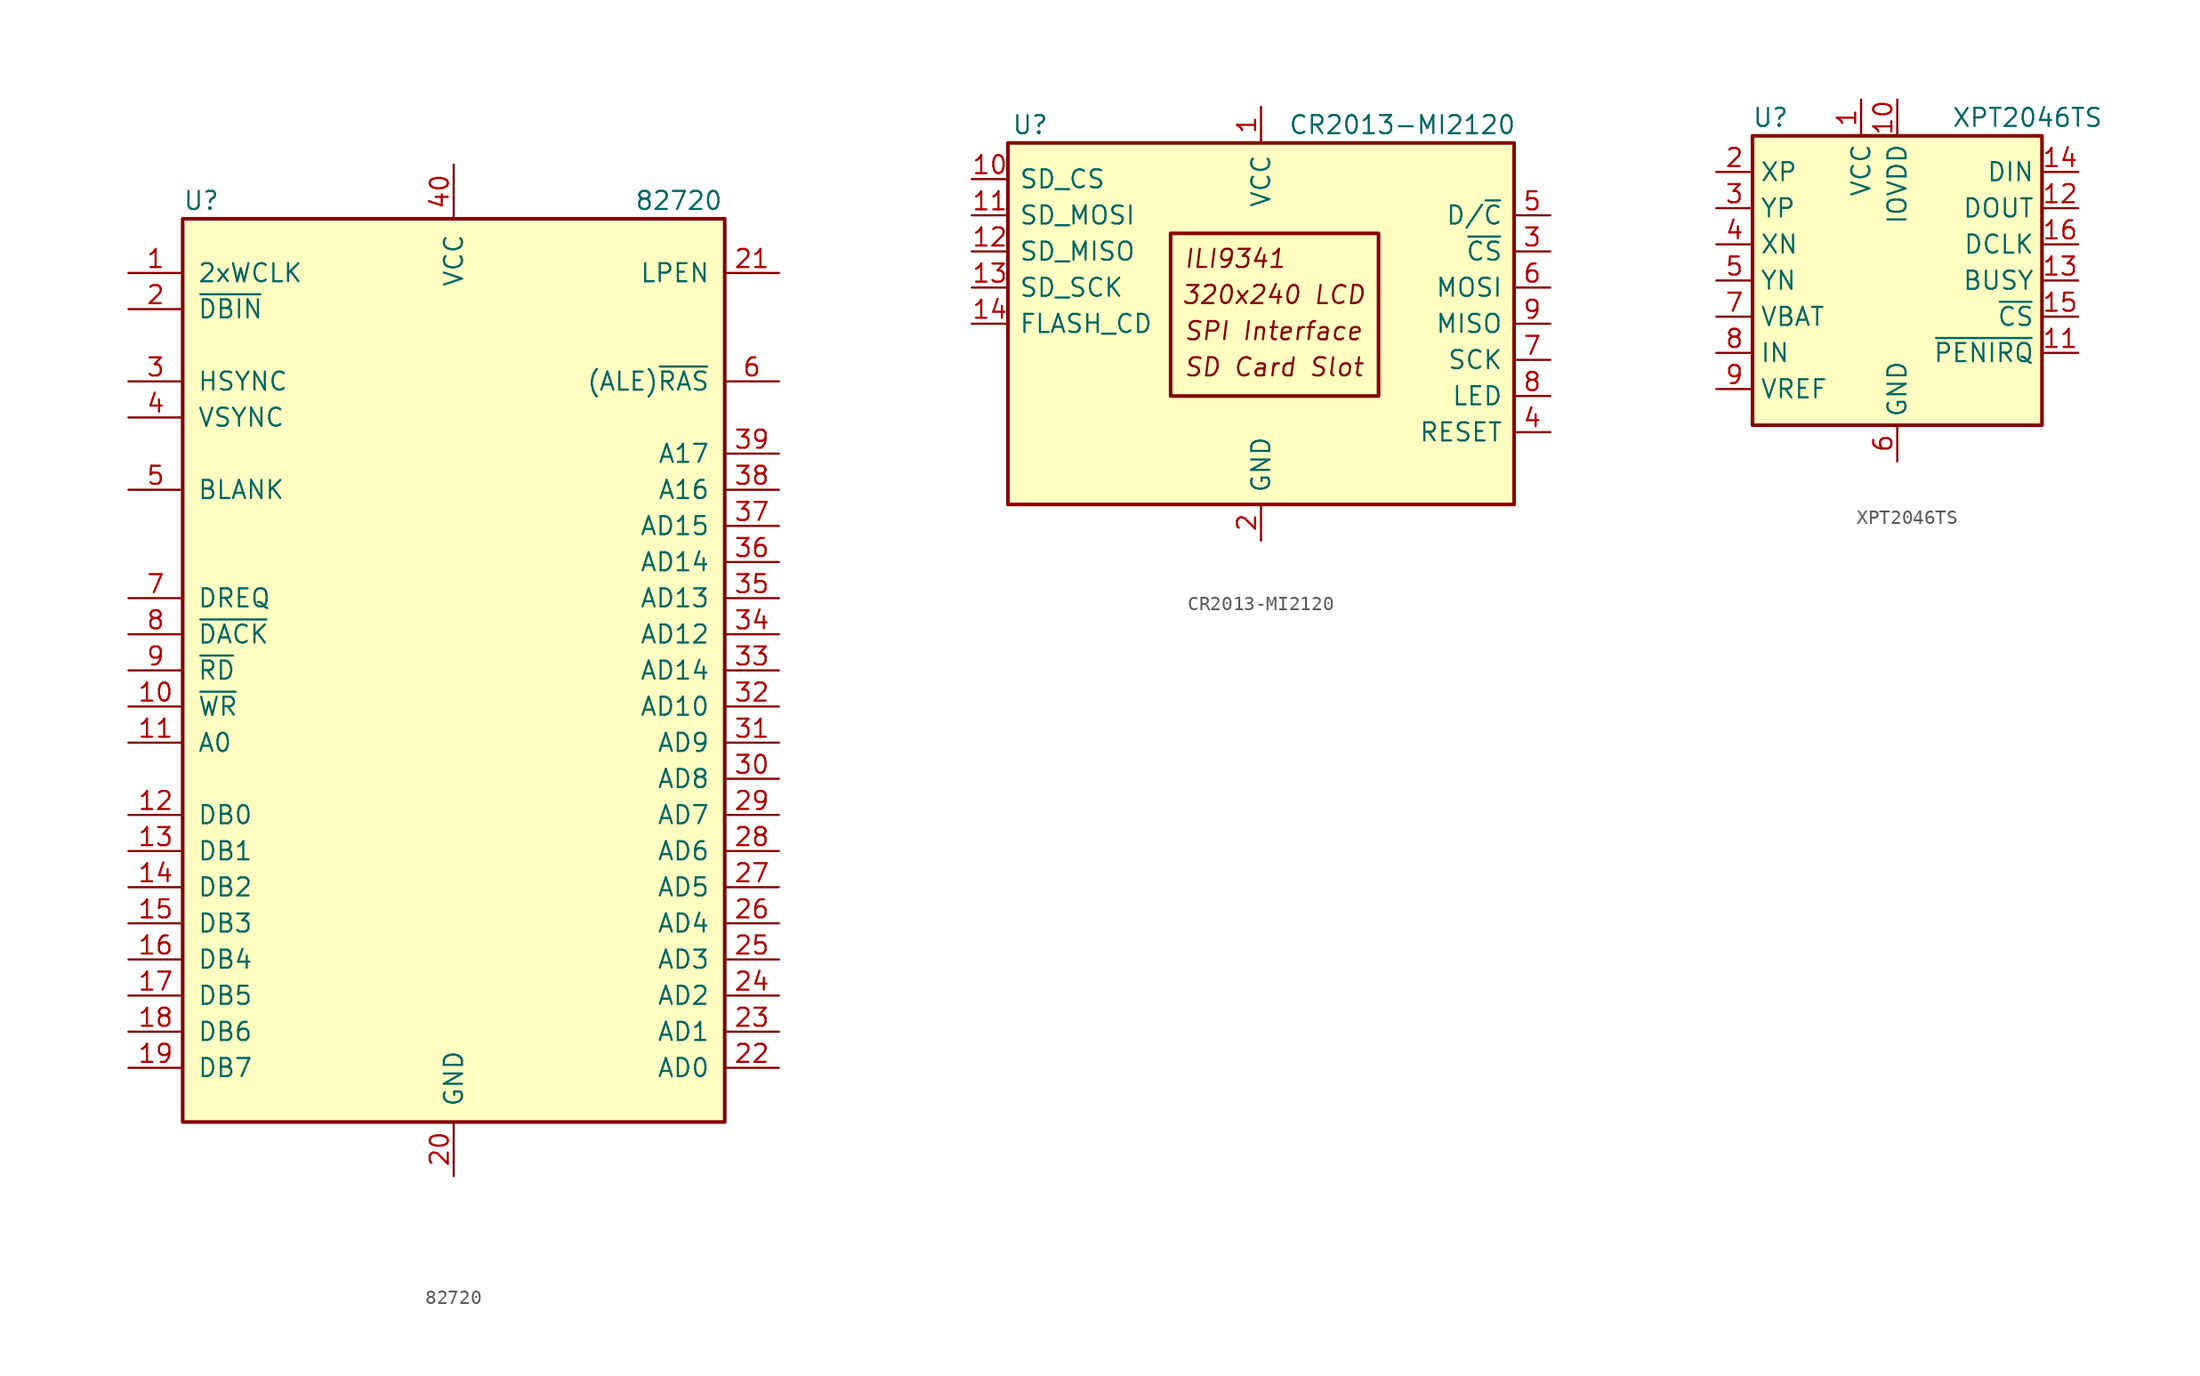
<source format=kicad_sym>
(kicad_symbol_lib
  (version 20211014)
  (generator kicad_symbol_editor)
  (symbol "82720"
    (pin_names
      (offset 1.016))
    (property "Reference" "U"
      (at -19.05 33.02 0)
      (effects (font (size 1.27 1.27)) (justify left)))
    (property "Value" "82720"
      (at 12.7 33.02 0)
      (effects (font (size 1.27 1.27)) (justify left)))
    (symbol "82720_0_0"
      (rectangle (start -19.05 -31.75) (end 19.05 31.75) (stroke (width 0.254) (type default) (color 0 0 0 0)) (fill (type background))))
    (symbol "82720_1_1"
      (pin input line (at -22.86 27.94 0) (length 3.81) (name "2xWCLK" (effects (font (size 1.27 1.27)))) (number "1" (effects (font (size 1.27 1.27)))))
      (pin input line (at -22.86 -2.54 0) (length 3.81) (name "~{WR}" (effects (font (size 1.27 1.27)))) (number "10" (effects (font (size 1.27 1.27)))))
      (pin input line (at -22.86 -5.08 0) (length 3.81) (name "A0" (effects (font (size 1.27 1.27)))) (number "11" (effects (font (size 1.27 1.27)))))
      (pin bidirectional line (at -22.86 -10.16 0) (length 3.81) (name "DB0" (effects (font (size 1.27 1.27)))) (number "12" (effects (font (size 1.27 1.27)))))
      (pin bidirectional line (at -22.86 -12.7 0) (length 3.81) (name "DB1" (effects (font (size 1.27 1.27)))) (number "13" (effects (font (size 1.27 1.27)))))
      (pin bidirectional line (at -22.86 -15.24 0) (length 3.81) (name "DB2" (effects (font (size 1.27 1.27)))) (number "14" (effects (font (size 1.27 1.27)))))
      (pin bidirectional line (at -22.86 -17.78 0) (length 3.81) (name "DB3" (effects (font (size 1.27 1.27)))) (number "15" (effects (font (size 1.27 1.27)))))
      (pin bidirectional line (at -22.86 -20.32 0) (length 3.81) (name "DB4" (effects (font (size 1.27 1.27)))) (number "16" (effects (font (size 1.27 1.27)))))
      (pin bidirectional line (at -22.86 -22.86 0) (length 3.81) (name "DB5" (effects (font (size 1.27 1.27)))) (number "17" (effects (font (size 1.27 1.27)))))
      (pin bidirectional line (at -22.86 -25.4 0) (length 3.81) (name "DB6" (effects (font (size 1.27 1.27)))) (number "18" (effects (font (size 1.27 1.27)))))
      (pin bidirectional line (at -22.86 -27.94 0) (length 3.81) (name "DB7" (effects (font (size 1.27 1.27)))) (number "19" (effects (font (size 1.27 1.27)))))
      (pin input line (at -22.86 25.4 0) (length 3.81) (name "~{DBIN}" (effects (font (size 1.27 1.27)))) (number "2" (effects (font (size 1.27 1.27)))))
      (pin power_in line (at 0 -35.56 90) (length 3.81) (name "GND" (effects (font (size 1.27 1.27)))) (number "20" (effects (font (size 1.27 1.27)))))
      (pin input line (at 22.86 27.94 180) (length 3.81) (name "LPEN" (effects (font (size 1.27 1.27)))) (number "21" (effects (font (size 1.27 1.27)))))
      (pin bidirectional line (at 22.86 -27.94 180) (length 3.81) (name "AD0" (effects (font (size 1.27 1.27)))) (number "22" (effects (font (size 1.27 1.27)))))
      (pin bidirectional line (at 22.86 -25.4 180) (length 3.81) (name "AD1" (effects (font (size 1.27 1.27)))) (number "23" (effects (font (size 1.27 1.27)))))
      (pin bidirectional line (at 22.86 -22.86 180) (length 3.81) (name "AD2" (effects (font (size 1.27 1.27)))) (number "24" (effects (font (size 1.27 1.27)))))
      (pin bidirectional line (at 22.86 -20.32 180) (length 3.81) (name "AD3" (effects (font (size 1.27 1.27)))) (number "25" (effects (font (size 1.27 1.27)))))
      (pin bidirectional line (at 22.86 -17.78 180) (length 3.81) (name "AD4" (effects (font (size 1.27 1.27)))) (number "26" (effects (font (size 1.27 1.27)))))
      (pin bidirectional line (at 22.86 -15.24 180) (length 3.81) (name "AD5" (effects (font (size 1.27 1.27)))) (number "27" (effects (font (size 1.27 1.27)))))
      (pin bidirectional line (at 22.86 -12.7 180) (length 3.81) (name "AD6" (effects (font (size 1.27 1.27)))) (number "28" (effects (font (size 1.27 1.27)))))
      (pin bidirectional line (at 22.86 -10.16 180) (length 3.81) (name "AD7" (effects (font (size 1.27 1.27)))) (number "29" (effects (font (size 1.27 1.27)))))
      (pin output line (at -22.86 20.32 0) (length 3.81) (name "HSYNC" (effects (font (size 1.27 1.27)))) (number "3" (effects (font (size 1.27 1.27)))))
      (pin bidirectional line (at 22.86 -7.62 180) (length 3.81) (name "AD8" (effects (font (size 1.27 1.27)))) (number "30" (effects (font (size 1.27 1.27)))))
      (pin bidirectional line (at 22.86 -5.08 180) (length 3.81) (name "AD9" (effects (font (size 1.27 1.27)))) (number "31" (effects (font (size 1.27 1.27)))))
      (pin bidirectional line (at 22.86 -2.54 180) (length 3.81) (name "AD10" (effects (font (size 1.27 1.27)))) (number "32" (effects (font (size 1.27 1.27)))))
      (pin bidirectional line (at 22.86 0 180) (length 3.81) (name "AD14" (effects (font (size 1.27 1.27)))) (number "33" (effects (font (size 1.27 1.27)))))
      (pin bidirectional line (at 22.86 2.54 180) (length 3.81) (name "AD12" (effects (font (size 1.27 1.27)))) (number "34" (effects (font (size 1.27 1.27)))))
      (pin bidirectional line (at 22.86 5.08 180) (length 3.81) (name "AD13" (effects (font (size 1.27 1.27)))) (number "35" (effects (font (size 1.27 1.27)))))
      (pin bidirectional line (at 22.86 7.62 180) (length 3.81) (name "AD14" (effects (font (size 1.27 1.27)))) (number "36" (effects (font (size 1.27 1.27)))))
      (pin bidirectional line (at 22.86 10.16 180) (length 3.81) (name "AD15" (effects (font (size 1.27 1.27)))) (number "37" (effects (font (size 1.27 1.27)))))
      (pin output line (at 22.86 12.7 180) (length 3.81) (name "A16" (effects (font (size 1.27 1.27)))) (number "38" (effects (font (size 1.27 1.27)))))
      (pin output line (at 22.86 15.24 180) (length 3.81) (name "A17" (effects (font (size 1.27 1.27)))) (number "39" (effects (font (size 1.27 1.27)))))
      (pin bidirectional line (at -22.86 17.78 0) (length 3.81) (name "VSYNC" (effects (font (size 1.27 1.27)))) (number "4" (effects (font (size 1.27 1.27)))))
      (pin power_in line (at 0 35.56 270) (length 3.81) (name "VCC" (effects (font (size 1.27 1.27)))) (number "40" (effects (font (size 1.27 1.27)))))
      (pin output line (at -22.86 12.7 0) (length 3.81) (name "BLANK" (effects (font (size 1.27 1.27)))) (number "5" (effects (font (size 1.27 1.27)))))
      (pin output line (at 22.86 20.32 180) (length 3.81) (name "(ALE)~{RAS}" (effects (font (size 1.27 1.27)))) (number "6" (effects (font (size 1.27 1.27)))))
      (pin output line (at -22.86 5.08 0) (length 3.81) (name "DREQ" (effects (font (size 1.27 1.27)))) (number "7" (effects (font (size 1.27 1.27)))))
      (pin input line (at -22.86 2.54 0) (length 3.81) (name "~{DACK}" (effects (font (size 1.27 1.27)))) (number "8" (effects (font (size 1.27 1.27)))))
      (pin input line (at -22.86 0 0) (length 3.81) (name "~{RD}" (effects (font (size 1.27 1.27)))) (number "9" (effects (font (size 1.27 1.27)))))))
  (symbol "CR2013-MI2120"
    (pin_names
      (offset 0.762))
    (property "Reference" "U"
      (at -17.526 13.97 0)
      (effects (font (size 1.27 1.27)) (justify left)))
    (property "Value" "CR2013-MI2120"
      (at 1.905 13.97 0)
      (effects (font (size 1.27 1.27)) (justify left)))
    (symbol "CR2013-MI2120_0_0"
      (text "320x240 LCD" (at 0.889 2.032 0) (effects (font (size 1.27 1.27) italic)))
      (text "ILI9341" (at -5.461 4.572 0) (effects (font (size 1.27 1.27) italic) (justify left)))
      (text "SD Card Slot" (at -5.461 -3.048 0) (effects (font (size 1.27 1.27) italic) (justify left)))
      (text "SPI Interface" (at -5.461 -0.508 0) (effects (font (size 1.27 1.27) italic) (justify left))))
    (symbol "CR2013-MI2120_0_1"
      (rectangle (start -17.78 12.7) (end 17.78 -12.7) (stroke (width 0.254) (type default) (color 0 0 0 0)) (fill (type background)))
      (rectangle (start -6.35 6.35) (end 8.255 -5.08) (stroke (width 0.254) (type default) (color 0 0 0 0)) (fill (type none))))
    (symbol "CR2013-MI2120_1_1"
      (pin power_in line (at 0 15.24 270) (length 2.54) (name "VCC" (effects (font (size 1.27 1.27)))) (number "1" (effects (font (size 1.27 1.27)))))
      (pin input line (at -20.32 10.16 0) (length 2.54) (name "SD_CS" (effects (font (size 1.27 1.27)))) (number "10" (effects (font (size 1.27 1.27)))))
      (pin input line (at -20.32 7.62 0) (length 2.54) (name "SD_MOSI" (effects (font (size 1.27 1.27)))) (number "11" (effects (font (size 1.27 1.27)))))
      (pin output line (at -20.32 5.08 0) (length 2.54) (name "SD_MISO" (effects (font (size 1.27 1.27)))) (number "12" (effects (font (size 1.27 1.27)))))
      (pin input line (at -20.32 2.54 0) (length 2.54) (name "SD_SCK" (effects (font (size 1.27 1.27)))) (number "13" (effects (font (size 1.27 1.27)))))
      (pin input line (at -20.32 0 0) (length 2.54) (name "FLASH_CD" (effects (font (size 1.27 1.27)))) (number "14" (effects (font (size 1.27 1.27)))))
      (pin power_in line (at 0 -15.24 90) (length 2.54) (name "GND" (effects (font (size 1.27 1.27)))) (number "2" (effects (font (size 1.27 1.27)))))
      (pin input line (at 20.32 5.08 180) (length 2.54) (name "~{CS}" (effects (font (size 1.27 1.27)))) (number "3" (effects (font (size 1.27 1.27)))))
      (pin input line (at 20.32 -7.62 180) (length 2.54) (name "RESET" (effects (font (size 1.27 1.27)))) (number "4" (effects (font (size 1.27 1.27)))))
      (pin input line (at 20.32 7.62 180) (length 2.54) (name "D/~{C}" (effects (font (size 1.27 1.27)))) (number "5" (effects (font (size 1.27 1.27)))))
      (pin input line (at 20.32 2.54 180) (length 2.54) (name "MOSI" (effects (font (size 1.27 1.27)))) (number "6" (effects (font (size 1.27 1.27)))))
      (pin input line (at 20.32 -2.54 180) (length 2.54) (name "SCK" (effects (font (size 1.27 1.27)))) (number "7" (effects (font (size 1.27 1.27)))))
      (pin input line (at 20.32 -5.08 180) (length 2.54) (name "LED" (effects (font (size 1.27 1.27)))) (number "8" (effects (font (size 1.27 1.27)))))
      (pin output line (at 20.32 0 180) (length 2.54) (name "MISO" (effects (font (size 1.27 1.27)))) (number "9" (effects (font (size 1.27 1.27)))))))
  (symbol "XPT2046TS"
    (property "Reference" "U"
      (at -8.89 11.43 0)
      (effects (font (size 1.27 1.27))))
    (property "Value" "XPT2046TS"
      (at 3.81 11.43 0)
      (effects (font (size 1.27 1.27)) (justify left)))
    (symbol "XPT2046TS_0_1"
      (rectangle (start -10.16 10.16) (end 10.16 -10.16) (stroke (width 0.254) (type default) (color 0 0 0 0)) (fill (type background))))
    (symbol "XPT2046TS_1_1"
      (pin power_in line (at -2.54 12.7 270) (length 2.54) (name "VCC" (effects (font (size 1.27 1.27)))) (number "1" (effects (font (size 1.27 1.27)))))
      (pin power_in line (at 0 12.7 270) (length 2.54) (name "IOVDD" (effects (font (size 1.27 1.27)))) (number "10" (effects (font (size 1.27 1.27)))))
      (pin open_collector line (at 12.7 -5.08 180) (length 2.54) (name "~{PENIRQ}" (effects (font (size 1.27 1.27)))) (number "11" (effects (font (size 1.27 1.27)))))
      (pin output line (at 12.7 5.08 180) (length 2.54) (name "DOUT" (effects (font (size 1.27 1.27)))) (number "12" (effects (font (size 1.27 1.27)))))
      (pin output line (at 12.7 0 180) (length 2.54) (name "BUSY" (effects (font (size 1.27 1.27)))) (number "13" (effects (font (size 1.27 1.27)))))
      (pin input line (at 12.7 7.62 180) (length 2.54) (name "DIN" (effects (font (size 1.27 1.27)))) (number "14" (effects (font (size 1.27 1.27)))))
      (pin input line (at 12.7 -2.54 180) (length 2.54) (name "~{CS}" (effects (font (size 1.27 1.27)))) (number "15" (effects (font (size 1.27 1.27)))))
      (pin input line (at 12.7 2.54 180) (length 2.54) (name "DCLK" (effects (font (size 1.27 1.27)))) (number "16" (effects (font (size 1.27 1.27)))))
      (pin input line (at -12.7 7.62 0) (length 2.54) (name "XP" (effects (font (size 1.27 1.27)))) (number "2" (effects (font (size 1.27 1.27)))))
      (pin input line (at -12.7 5.08 0) (length 2.54) (name "YP" (effects (font (size 1.27 1.27)))) (number "3" (effects (font (size 1.27 1.27)))))
      (pin input line (at -12.7 2.54 0) (length 2.54) (name "XN" (effects (font (size 1.27 1.27)))) (number "4" (effects (font (size 1.27 1.27)))))
      (pin input line (at -12.7 0 0) (length 2.54) (name "YN" (effects (font (size 1.27 1.27)))) (number "5" (effects (font (size 1.27 1.27)))))
      (pin power_in line (at 0 -12.7 90) (length 2.54) (name "GND" (effects (font (size 1.27 1.27)))) (number "6" (effects (font (size 1.27 1.27)))))
      (pin power_in line (at -12.7 -2.54 0) (length 2.54) (name "VBAT" (effects (font (size 1.27 1.27)))) (number "7" (effects (font (size 1.27 1.27)))))
      (pin input line (at -12.7 -5.08 0) (length 2.54) (name "IN" (effects (font (size 1.27 1.27)))) (number "8" (effects (font (size 1.27 1.27)))))
      (pin bidirectional line (at -12.7 -7.62 0) (length 2.54) (name "VREF" (effects (font (size 1.27 1.27)))) (number "9" (effects (font (size 1.27 1.27))))))))
</source>
